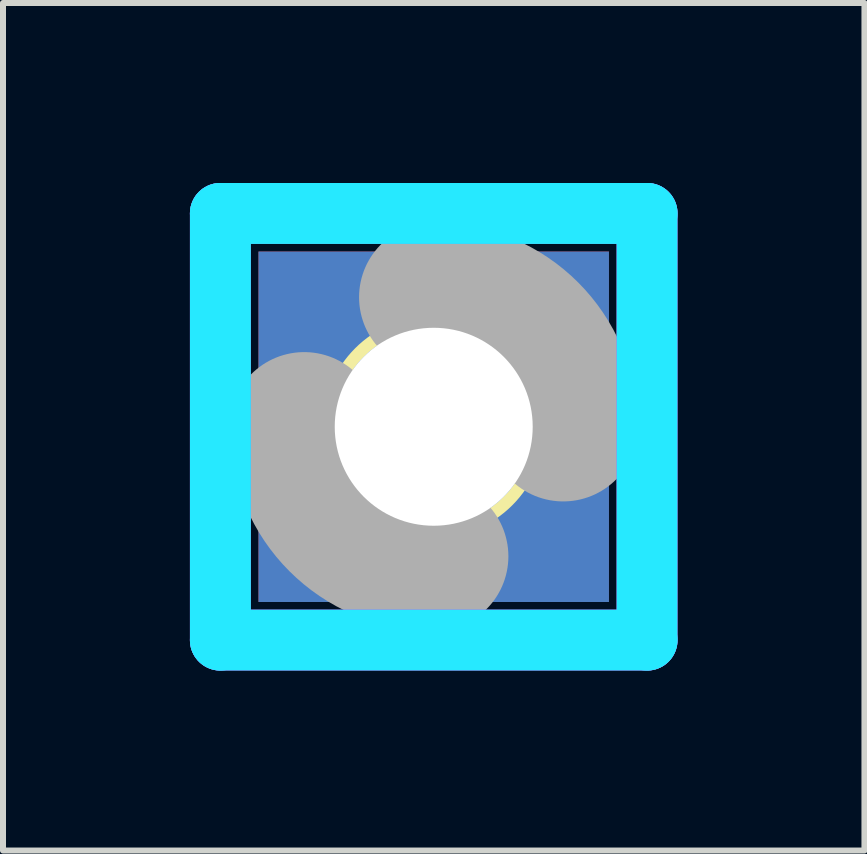
<source format=kicad_pcb>
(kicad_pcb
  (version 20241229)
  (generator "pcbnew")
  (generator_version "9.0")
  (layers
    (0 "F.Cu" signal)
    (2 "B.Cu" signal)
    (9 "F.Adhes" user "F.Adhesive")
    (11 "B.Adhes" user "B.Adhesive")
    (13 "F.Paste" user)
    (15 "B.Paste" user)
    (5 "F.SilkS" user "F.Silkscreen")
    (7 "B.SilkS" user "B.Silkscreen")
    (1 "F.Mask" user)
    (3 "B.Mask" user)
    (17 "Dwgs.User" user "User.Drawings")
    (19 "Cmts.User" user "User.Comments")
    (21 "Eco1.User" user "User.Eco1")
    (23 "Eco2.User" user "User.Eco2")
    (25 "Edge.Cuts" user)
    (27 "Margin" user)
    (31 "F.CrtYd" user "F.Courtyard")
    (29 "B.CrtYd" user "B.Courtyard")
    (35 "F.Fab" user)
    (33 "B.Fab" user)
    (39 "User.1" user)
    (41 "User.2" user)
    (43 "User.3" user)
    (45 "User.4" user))
  (footprint "footprint"
    (layer "F.Cu")
    (at 4.18 4.064)
    (property "Reference" "footprint" (at 0 0 0) (layer "F.SilkS") (effects (font (size 1.27 1.27) (thickness 0.15))))
    (fp_line (start -3.556 -3.556) (end 3.556 -3.556) (stroke (width 0.152) (type solid)) (layer "F.SilkS"))
    (fp_line (start -3.556 3.556) (end -3.556 -3.556) (stroke (width 0.152) (type solid)) (layer "F.SilkS"))
    (fp_line (start 3.556 -3.556) (end 3.556 3.556) (stroke (width 0.152) (type solid)) (layer "F.SilkS"))
    (fp_line (start 3.556 3.556) (end -3.556 3.556) (stroke (width 0.152) (type solid)) (layer "F.SilkS"))
    (fp_circle (center 0 0) (end 1.75 0) (stroke (width 0.203) (type solid)) (fill no) (layer "F.SilkS"))
    (fp_line (start -3.556 -3.556) (end 3.556 -3.556) (stroke (width 1.016) (type solid)) (layer "B.CrtYd"))
    (fp_line (start -3.556 3.556) (end -3.556 -3.556) (stroke (width 1.016) (type solid)) (layer "B.CrtYd"))
    (fp_line (start 3.556 -3.556) (end 3.556 3.556) (stroke (width 1.016) (type solid)) (layer "B.CrtYd"))
    (fp_line (start 3.556 3.556) (end -3.556 3.556) (stroke (width 1.016) (type solid)) (layer "B.CrtYd"))
    (fp_line (start -3.556 -3.556) (end 3.556 -3.556) (stroke (width 1.016) (type solid)) (layer "F.CrtYd"))
    (fp_line (start -3.556 3.556) (end -3.556 -3.556) (stroke (width 1.016) (type solid)) (layer "F.CrtYd"))
    (fp_line (start 3.556 -3.556) (end 3.556 3.556) (stroke (width 1.016) (type solid)) (layer "F.CrtYd"))
    (fp_line (start 3.556 3.556) (end -3.556 3.556) (stroke (width 1.016) (type solid)) (layer "F.CrtYd"))
    (fp_arc (start 0 -2.159) (mid 1.526644 -1.526644) (end 2.159 0) (stroke (width 2.4892) (type solid)) (layer "F.Fab"))
    (fp_arc (start 0 2.159) (mid -1.526644 1.526644) (end -2.159 0) (stroke (width 2.4892) (type solid)) (layer "F.Fab"))
    (fp_circle (center 0 0) (end 0.762 0) (stroke (width 0.457) (type solid)) (fill no) (layer "F.Fab"))
    (pad "B3,3" thru_hole rect (at 0 0) (size 5.842 5.842) (drill 3.3) (layers "*.Cu" "*.Mask")))
  (gr_rect
    (start -3 -3)
    (end 11.36 11.128)
    (stroke (width 0.1) (type default))
    (fill no)
    (layer "Edge.Cuts")))
</source>
